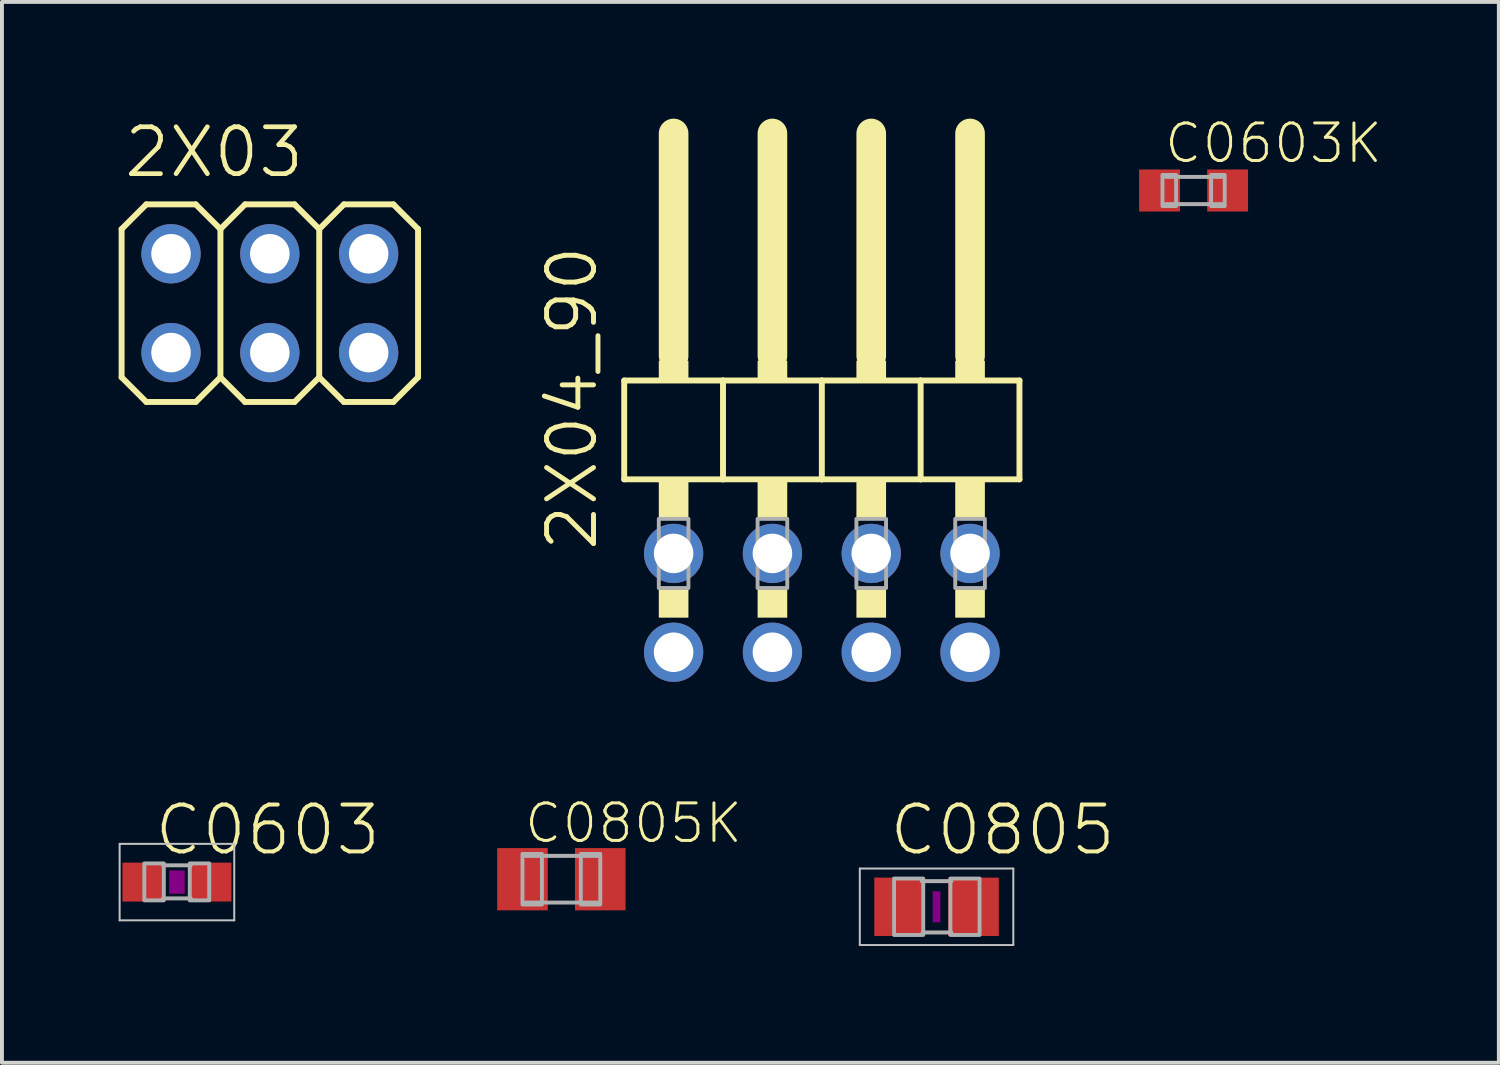
<source format=kicad_pcb>
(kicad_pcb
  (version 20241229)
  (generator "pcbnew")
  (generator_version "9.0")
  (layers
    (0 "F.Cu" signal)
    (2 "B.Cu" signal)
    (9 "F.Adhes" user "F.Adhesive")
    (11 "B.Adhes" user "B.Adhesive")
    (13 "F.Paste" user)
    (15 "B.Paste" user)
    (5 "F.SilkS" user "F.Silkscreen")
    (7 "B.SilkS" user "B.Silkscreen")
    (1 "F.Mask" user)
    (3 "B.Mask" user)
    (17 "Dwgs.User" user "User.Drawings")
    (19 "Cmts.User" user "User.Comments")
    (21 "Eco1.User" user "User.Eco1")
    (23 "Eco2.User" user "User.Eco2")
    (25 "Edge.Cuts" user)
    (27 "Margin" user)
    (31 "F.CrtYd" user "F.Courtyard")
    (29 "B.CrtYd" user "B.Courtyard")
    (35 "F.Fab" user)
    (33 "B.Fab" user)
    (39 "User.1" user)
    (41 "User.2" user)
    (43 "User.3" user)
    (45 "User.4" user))
  (footprint "C0603K"
    (layer "F.Cu")
    (at 27.631 1.847)
    (property "Reference" "C0603K" (at -0.8 -0.65 0) (layer "F.SilkS") (effects (font (size 0.965 0.965) (thickness 0.077)) (justify left bottom)))
    (attr through_hole)
    (fp_line (start -0.725 -0.35) (end 0.725 -0.35) (stroke (width 0.102) (type solid)) (layer "F.Fab"))
    (fp_line (start 0.725 0.35) (end -0.725 0.35) (stroke (width 0.102) (type solid)) (layer "F.Fab"))
    (fp_poly (pts (xy -0.8 0.4) (xy -0.45 0.4) (xy -0.45 -0.4) (xy -0.8 -0.4)) (stroke (width 0.1) (type solid)) (fill no) (layer "F.Fab"))
    (fp_poly (pts (xy 0.45 0.4) (xy 0.8 0.4) (xy 0.8 -0.4) (xy 0.45 -0.4)) (stroke (width 0.1) (type solid)) (fill no) (layer "F.Fab"))
    (pad "1" smd rect (at -0.875 0) (size 1.05 1.08) (layers "F.Cu" "F.Mask" "F.Paste"))
    (pad "2" smd rect (at 0.875 0) (size 1.05 1.08) (layers "F.Cu" "F.Mask" "F.Paste")))
  (footprint "C0805"
    (layer "F.Cu")
    (at 21.024 20.259)
    (property "Reference" "C0805" (at -1.27 -1.27 0) (layer "F.SilkS") (effects (font (size 1.206 1.206) (thickness 0.102)) (justify left bottom)))
    (attr through_hole)
    (fp_poly (pts (xy -0.1 0.4) (xy 0.1 0.4) (xy 0.1 -0.4) (xy -0.1 -0.4)) (stroke (width 0) (type solid)) (fill yes) (layer "F.Adhes"))
    (fp_line (start -1.973 -0.983) (end 1.973 -0.983) (stroke (width 0.051) (type solid)) (layer "Dwgs.User"))
    (fp_line (start -1.973 0.983) (end -1.973 -0.983) (stroke (width 0.051) (type solid)) (layer "Dwgs.User"))
    (fp_line (start 1.973 -0.983) (end 1.973 0.983) (stroke (width 0.051) (type solid)) (layer "Dwgs.User"))
    (fp_line (start 1.973 0.983) (end -1.973 0.983) (stroke (width 0.051) (type solid)) (layer "Dwgs.User"))
    (fp_line (start -0.381 -0.66) (end 0.381 -0.66) (stroke (width 0.102) (type solid)) (layer "F.Fab"))
    (fp_line (start -0.356 0.66) (end 0.381 0.66) (stroke (width 0.102) (type solid)) (layer "F.Fab"))
    (fp_poly (pts (xy -1.092 0.724) (xy -0.342 0.724) (xy -0.342 -0.726) (xy -1.092 -0.726)) (stroke (width 0.1) (type solid)) (fill no) (layer "F.Fab"))
    (fp_poly (pts (xy 0.356 0.724) (xy 1.106 0.724) (xy 1.106 -0.726) (xy 0.356 -0.726)) (stroke (width 0.1) (type solid)) (fill no) (layer "F.Fab"))
    (pad "1" smd rect (at -0.95 0) (size 1.3 1.5) (layers "F.Cu" "F.Mask" "F.Paste"))
    (pad "2" smd rect (at 0.95 0) (size 1.3 1.5) (layers "F.Cu" "F.Mask" "F.Paste")))
  (footprint "C0603"
    (layer "F.Cu")
    (at 1.498 19.624)
    (property "Reference" "C0603" (at -0.635 -0.635 0) (layer "F.SilkS") (effects (font (size 1.206 1.206) (thickness 0.102)) (justify left bottom)))
    (attr through_hole)
    (fp_poly (pts (xy -0.2 0.3) (xy 0.2 0.3) (xy 0.2 -0.3) (xy -0.2 -0.3)) (stroke (width 0) (type solid)) (fill yes) (layer "F.Adhes"))
    (fp_line (start -1.473 -0.983) (end 1.473 -0.983) (stroke (width 0.051) (type solid)) (layer "Dwgs.User"))
    (fp_line (start -1.473 0.983) (end -1.473 -0.983) (stroke (width 0.051) (type solid)) (layer "Dwgs.User"))
    (fp_line (start 1.473 -0.983) (end 1.473 0.983) (stroke (width 0.051) (type solid)) (layer "Dwgs.User"))
    (fp_line (start 1.473 0.983) (end -1.473 0.983) (stroke (width 0.051) (type solid)) (layer "Dwgs.User"))
    (fp_line (start -0.356 -0.432) (end 0.356 -0.432) (stroke (width 0.102) (type solid)) (layer "F.Fab"))
    (fp_line (start -0.356 0.419) (end 0.356 0.419) (stroke (width 0.102) (type solid)) (layer "F.Fab"))
    (fp_poly (pts (xy -0.838 0.47) (xy -0.338 0.47) (xy -0.338 -0.48) (xy -0.838 -0.48)) (stroke (width 0.1) (type solid)) (fill no) (layer "F.Fab"))
    (fp_poly (pts (xy 0.33 0.47) (xy 0.83 0.47) (xy 0.83 -0.48) (xy 0.33 -0.48)) (stroke (width 0.1) (type solid)) (fill no) (layer "F.Fab"))
    (pad "1" smd rect (at -0.85 0) (size 1.1 1) (layers "F.Cu" "F.Mask" "F.Paste"))
    (pad "2" smd rect (at 0.85 0) (size 1.1 1) (layers "F.Cu" "F.Mask" "F.Paste")))
  (footprint "2X04_90"
    (layer "F.Cu")
    (at 18.075 7.366)
    (property "Reference" "2X04_90" (at -5.715 3.81 90) (layer "F.SilkS") (effects (font (size 1.206 1.206) (thickness 0.127)) (justify left bottom)))
    (attr through_hole)
    (fp_line (start -5.08 -0.635) (end -5.08 1.905) (stroke (width 0.152) (type solid)) (layer "F.SilkS"))
    (fp_line (start -5.08 1.905) (end -2.54 1.905) (stroke (width 0.152) (type solid)) (layer "F.SilkS"))
    (fp_line (start -3.81 -6.985) (end -3.81 -1.27) (stroke (width 0.762) (type solid)) (layer "F.SilkS"))
    (fp_line (start -2.54 -0.635) (end -5.08 -0.635) (stroke (width 0.152) (type solid)) (layer "F.SilkS"))
    (fp_line (start -2.54 1.905) (end -2.54 -0.635) (stroke (width 0.152) (type solid)) (layer "F.SilkS"))
    (fp_line (start -2.54 1.905) (end 0 1.905) (stroke (width 0.152) (type solid)) (layer "F.SilkS"))
    (fp_line (start -1.27 -6.985) (end -1.27 -1.27) (stroke (width 0.762) (type solid)) (layer "F.SilkS"))
    (fp_line (start 0 -0.635) (end -2.54 -0.635) (stroke (width 0.152) (type solid)) (layer "F.SilkS"))
    (fp_line (start 0 1.905) (end 0 -0.635) (stroke (width 0.152) (type solid)) (layer "F.SilkS"))
    (fp_line (start 0 1.905) (end 2.54 1.905) (stroke (width 0.152) (type solid)) (layer "F.SilkS"))
    (fp_line (start 1.27 -6.985) (end 1.27 -1.27) (stroke (width 0.762) (type solid)) (layer "F.SilkS"))
    (fp_line (start 2.54 -0.635) (end 0 -0.635) (stroke (width 0.152) (type solid)) (layer "F.SilkS"))
    (fp_line (start 2.54 1.905) (end 2.54 -0.635) (stroke (width 0.152) (type solid)) (layer "F.SilkS"))
    (fp_line (start 2.54 1.905) (end 5.08 1.905) (stroke (width 0.152) (type solid)) (layer "F.SilkS"))
    (fp_line (start 3.81 -6.985) (end 3.81 -1.27) (stroke (width 0.762) (type solid)) (layer "F.SilkS"))
    (fp_line (start 5.08 -0.635) (end 2.54 -0.635) (stroke (width 0.152) (type solid)) (layer "F.SilkS"))
    (fp_line (start 5.08 1.905) (end 5.08 -0.635) (stroke (width 0.152) (type solid)) (layer "F.SilkS"))
    (fp_poly (pts (xy -4.191 -0.635) (xy -3.429 -0.635) (xy -3.429 -1.143) (xy -4.191 -1.143)) (stroke (width 0) (type solid)) (fill yes) (layer "F.SilkS"))
    (fp_poly (pts (xy -4.191 2.921) (xy -3.429 2.921) (xy -3.429 1.905) (xy -4.191 1.905)) (stroke (width 0) (type solid)) (fill yes) (layer "F.SilkS"))
    (fp_poly (pts (xy -4.191 5.461) (xy -3.429 5.461) (xy -3.429 4.699) (xy -4.191 4.699)) (stroke (width 0) (type solid)) (fill yes) (layer "F.SilkS"))
    (fp_poly (pts (xy -1.651 -0.635) (xy -0.889 -0.635) (xy -0.889 -1.143) (xy -1.651 -1.143)) (stroke (width 0) (type solid)) (fill yes) (layer "F.SilkS"))
    (fp_poly (pts (xy -1.651 2.921) (xy -0.889 2.921) (xy -0.889 1.905) (xy -1.651 1.905)) (stroke (width 0) (type solid)) (fill yes) (layer "F.SilkS"))
    (fp_poly (pts (xy -1.651 5.461) (xy -0.889 5.461) (xy -0.889 4.699) (xy -1.651 4.699)) (stroke (width 0) (type solid)) (fill yes) (layer "F.SilkS"))
    (fp_poly (pts (xy 0.889 -0.635) (xy 1.651 -0.635) (xy 1.651 -1.143) (xy 0.889 -1.143)) (stroke (width 0) (type solid)) (fill yes) (layer "F.SilkS"))
    (fp_poly (pts (xy 0.889 2.921) (xy 1.651 2.921) (xy 1.651 1.905) (xy 0.889 1.905)) (stroke (width 0) (type solid)) (fill yes) (layer "F.SilkS"))
    (fp_poly (pts (xy 0.889 5.461) (xy 1.651 5.461) (xy 1.651 4.699) (xy 0.889 4.699)) (stroke (width 0) (type solid)) (fill yes) (layer "F.SilkS"))
    (fp_poly (pts (xy 3.429 -0.635) (xy 4.191 -0.635) (xy 4.191 -1.143) (xy 3.429 -1.143)) (stroke (width 0) (type solid)) (fill yes) (layer "F.SilkS"))
    (fp_poly (pts (xy 3.429 2.921) (xy 4.191 2.921) (xy 4.191 1.905) (xy 3.429 1.905)) (stroke (width 0) (type solid)) (fill yes) (layer "F.SilkS"))
    (fp_poly (pts (xy 3.429 5.461) (xy 4.191 5.461) (xy 4.191 4.699) (xy 3.429 4.699)) (stroke (width 0) (type solid)) (fill yes) (layer "F.SilkS"))
    (fp_poly (pts (xy -4.191 4.699) (xy -3.429 4.699) (xy -3.429 2.921) (xy -4.191 2.921)) (stroke (width 0.1) (type solid)) (fill no) (layer "F.Fab"))
    (fp_poly (pts (xy -1.651 4.699) (xy -0.889 4.699) (xy -0.889 2.921) (xy -1.651 2.921)) (stroke (width 0.1) (type solid)) (fill no) (layer "F.Fab"))
    (fp_poly (pts (xy 0.889 4.699) (xy 1.651 4.699) (xy 1.651 2.921) (xy 0.889 2.921)) (stroke (width 0.1) (type solid)) (fill no) (layer "F.Fab"))
    (fp_poly (pts (xy 3.429 4.699) (xy 4.191 4.699) (xy 4.191 2.921) (xy 3.429 2.921)) (stroke (width 0.1) (type solid)) (fill no) (layer "F.Fab"))
    (pad "1" thru_hole circle (at -3.81 6.35) (size 1.524 1.524) (drill 1.016) (layers "*.Cu" "*.Mask"))
    (pad "2" thru_hole circle (at -3.81 3.81) (size 1.524 1.524) (drill 1.016) (layers "*.Cu" "*.Mask"))
    (pad "3" thru_hole circle (at -1.27 6.35) (size 1.524 1.524) (drill 1.016) (layers "*.Cu" "*.Mask"))
    (pad "4" thru_hole circle (at -1.27 3.81) (size 1.524 1.524) (drill 1.016) (layers "*.Cu" "*.Mask"))
    (pad "5" thru_hole circle (at 1.27 6.35) (size 1.524 1.524) (drill 1.016) (layers "*.Cu" "*.Mask"))
    (pad "6" thru_hole circle (at 1.27 3.81) (size 1.524 1.524) (drill 1.016) (layers "*.Cu" "*.Mask"))
    (pad "7" thru_hole circle (at 3.81 6.35) (size 1.524 1.524) (drill 1.016) (layers "*.Cu" "*.Mask"))
    (pad "8" thru_hole circle (at 3.81 3.81) (size 1.524 1.524) (drill 1.016) (layers "*.Cu" "*.Mask")))
  (footprint "C0805K"
    (layer "F.Cu")
    (at 11.38 19.55)
    (property "Reference" "C0805K" (at -1 -0.875 0) (layer "F.SilkS") (effects (font (size 0.965 0.965) (thickness 0.077)) (justify left bottom)))
    (attr through_hole)
    (fp_line (start -0.925 -0.6) (end 0.925 -0.6) (stroke (width 0.102) (type solid)) (layer "F.Fab"))
    (fp_line (start 0.925 0.6) (end -0.925 0.6) (stroke (width 0.102) (type solid)) (layer "F.Fab"))
    (fp_poly (pts (xy -1 0.65) (xy -0.5 0.65) (xy -0.5 -0.65) (xy -1 -0.65)) (stroke (width 0.1) (type solid)) (fill no) (layer "F.Fab"))
    (fp_poly (pts (xy 0.5 0.65) (xy 1 0.65) (xy 1 -0.65) (xy 0.5 -0.65)) (stroke (width 0.1) (type solid)) (fill no) (layer "F.Fab"))
    (pad "1" smd rect (at -1 0) (size 1.3 1.6) (layers "F.Cu" "F.Mask" "F.Paste"))
    (pad "2" smd rect (at 1 0) (size 1.3 1.6) (layers "F.Cu" "F.Mask" "F.Paste")))
  (footprint "2X03"
    (layer "F.Cu")
    (at 3.886 4.743)
    (property "Reference" "2X03" (at -3.81 -3.175 180) (layer "F.SilkS") (effects (font (size 1.206 1.206) (thickness 0.121)) (justify left bottom)))
    (attr through_hole)
    (fp_line (start -3.81 -1.905) (end -3.175 -2.54) (stroke (width 0.152) (type solid)) (layer "F.SilkS"))
    (fp_line (start -3.81 1.905) (end -3.81 -1.905) (stroke (width 0.152) (type solid)) (layer "F.SilkS"))
    (fp_line (start -3.81 1.905) (end -3.175 2.54) (stroke (width 0.152) (type solid)) (layer "F.SilkS"))
    (fp_line (start -3.175 -2.54) (end -1.905 -2.54) (stroke (width 0.152) (type solid)) (layer "F.SilkS"))
    (fp_line (start -3.175 2.54) (end -1.905 2.54) (stroke (width 0.152) (type solid)) (layer "F.SilkS"))
    (fp_line (start -1.905 -2.54) (end -1.27 -1.905) (stroke (width 0.152) (type solid)) (layer "F.SilkS"))
    (fp_line (start -1.905 2.54) (end -1.27 1.905) (stroke (width 0.152) (type solid)) (layer "F.SilkS"))
    (fp_line (start -1.27 -1.905) (end -1.27 1.905) (stroke (width 0.152) (type solid)) (layer "F.SilkS"))
    (fp_line (start -1.27 -1.905) (end -0.635 -2.54) (stroke (width 0.152) (type solid)) (layer "F.SilkS"))
    (fp_line (start -1.27 1.905) (end -0.635 2.54) (stroke (width 0.152) (type solid)) (layer "F.SilkS"))
    (fp_line (start -0.635 -2.54) (end 0.635 -2.54) (stroke (width 0.152) (type solid)) (layer "F.SilkS"))
    (fp_line (start -0.635 2.54) (end 0.635 2.54) (stroke (width 0.152) (type solid)) (layer "F.SilkS"))
    (fp_line (start 0.635 -2.54) (end 1.27 -1.905) (stroke (width 0.152) (type solid)) (layer "F.SilkS"))
    (fp_line (start 0.635 2.54) (end 1.27 1.905) (stroke (width 0.152) (type solid)) (layer "F.SilkS"))
    (fp_line (start 1.27 -1.905) (end 1.27 1.905) (stroke (width 0.152) (type solid)) (layer "F.SilkS"))
    (fp_line (start 1.27 -1.905) (end 1.905 -2.54) (stroke (width 0.152) (type solid)) (layer "F.SilkS"))
    (fp_line (start 1.27 1.905) (end 1.905 2.54) (stroke (width 0.152) (type solid)) (layer "F.SilkS"))
    (fp_line (start 1.905 -2.54) (end 3.175 -2.54) (stroke (width 0.152) (type solid)) (layer "F.SilkS"))
    (fp_line (start 1.905 2.54) (end 3.175 2.54) (stroke (width 0.152) (type solid)) (layer "F.SilkS"))
    (fp_line (start 3.175 -2.54) (end 3.81 -1.905) (stroke (width 0.152) (type solid)) (layer "F.SilkS"))
    (fp_line (start 3.175 2.54) (end 3.81 1.905) (stroke (width 0.152) (type solid)) (layer "F.SilkS"))
    (fp_line (start 3.81 -1.905) (end 3.81 1.905) (stroke (width 0.152) (type solid)) (layer "F.SilkS"))
    (fp_poly (pts (xy -2.794 -1.016) (xy -2.286 -1.016) (xy -2.286 -1.524) (xy -2.794 -1.524)) (stroke (width 0.1) (type solid)) (fill no) (layer "F.Fab"))
    (fp_poly (pts (xy -2.794 1.524) (xy -2.286 1.524) (xy -2.286 1.016) (xy -2.794 1.016)) (stroke (width 0.1) (type solid)) (fill no) (layer "F.Fab"))
    (fp_poly (pts (xy -0.254 -1.016) (xy 0.254 -1.016) (xy 0.254 -1.524) (xy -0.254 -1.524)) (stroke (width 0.1) (type solid)) (fill no) (layer "F.Fab"))
    (fp_poly (pts (xy -0.254 1.524) (xy 0.254 1.524) (xy 0.254 1.016) (xy -0.254 1.016)) (stroke (width 0.1) (type solid)) (fill no) (layer "F.Fab"))
    (fp_poly (pts (xy 2.286 -1.016) (xy 2.794 -1.016) (xy 2.794 -1.524) (xy 2.286 -1.524)) (stroke (width 0.1) (type solid)) (fill no) (layer "F.Fab"))
    (fp_poly (pts (xy 2.286 1.524) (xy 2.794 1.524) (xy 2.794 1.016) (xy 2.286 1.016)) (stroke (width 0.1) (type solid)) (fill no) (layer "F.Fab"))
    (pad "1" thru_hole circle (at -2.54 1.27) (size 1.524 1.524) (drill 1.016) (layers "*.Cu" "*.Mask"))
    (pad "2" thru_hole circle (at -2.54 -1.27) (size 1.524 1.524) (drill 1.016) (layers "*.Cu" "*.Mask"))
    (pad "3" thru_hole circle (at 0 1.27) (size 1.524 1.524) (drill 1.016) (layers "*.Cu" "*.Mask"))
    (pad "4" thru_hole circle (at 0 -1.27) (size 1.524 1.524) (drill 1.016) (layers "*.Cu" "*.Mask"))
    (pad "5" thru_hole circle (at 2.54 1.27) (size 1.524 1.524) (drill 1.016) (layers "*.Cu" "*.Mask"))
    (pad "6" thru_hole circle (at 2.54 -1.27) (size 1.524 1.524) (drill 1.016) (layers "*.Cu" "*.Mask")))
  (gr_rect
    (start -3 -3)
    (end 35.477 24.268)
    (stroke (width 0.1) (type default))
    (fill no)
    (layer "Edge.Cuts")))
</source>
